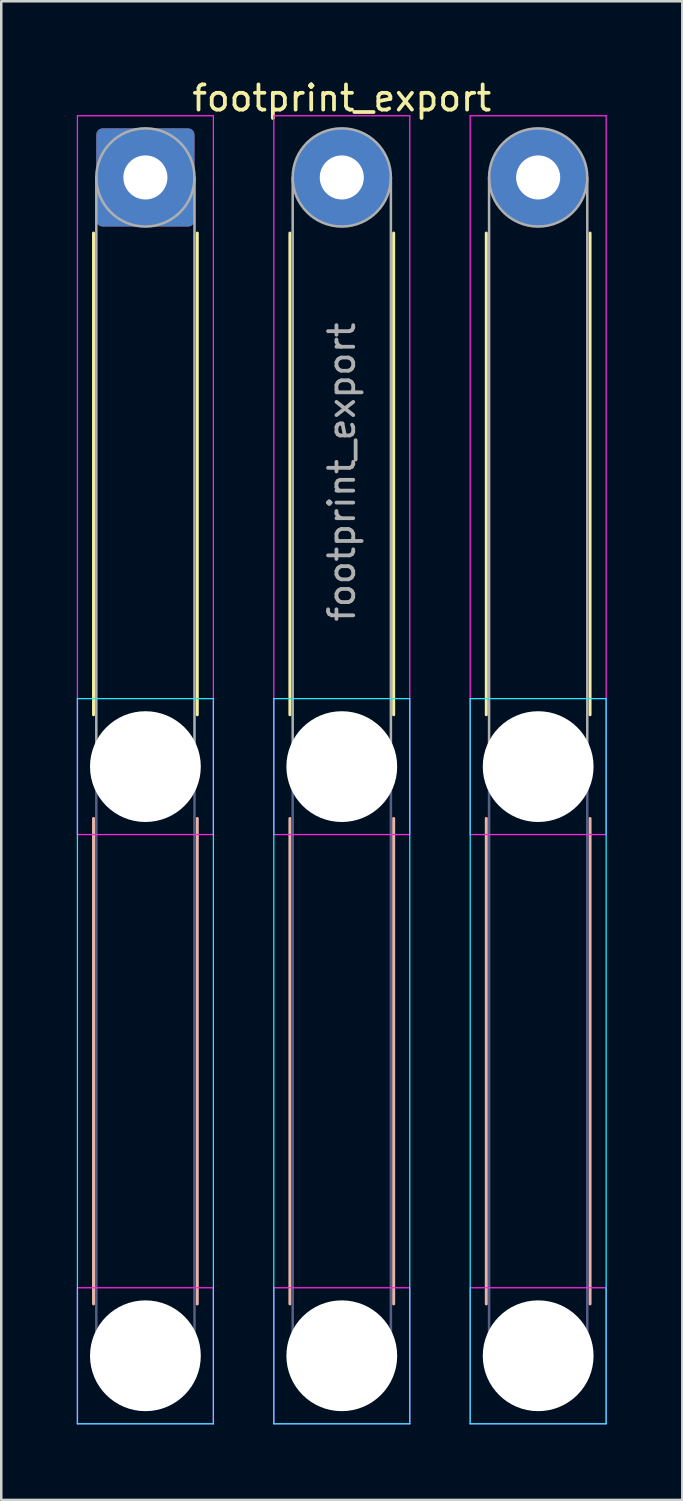
<source format=kicad_pcb>
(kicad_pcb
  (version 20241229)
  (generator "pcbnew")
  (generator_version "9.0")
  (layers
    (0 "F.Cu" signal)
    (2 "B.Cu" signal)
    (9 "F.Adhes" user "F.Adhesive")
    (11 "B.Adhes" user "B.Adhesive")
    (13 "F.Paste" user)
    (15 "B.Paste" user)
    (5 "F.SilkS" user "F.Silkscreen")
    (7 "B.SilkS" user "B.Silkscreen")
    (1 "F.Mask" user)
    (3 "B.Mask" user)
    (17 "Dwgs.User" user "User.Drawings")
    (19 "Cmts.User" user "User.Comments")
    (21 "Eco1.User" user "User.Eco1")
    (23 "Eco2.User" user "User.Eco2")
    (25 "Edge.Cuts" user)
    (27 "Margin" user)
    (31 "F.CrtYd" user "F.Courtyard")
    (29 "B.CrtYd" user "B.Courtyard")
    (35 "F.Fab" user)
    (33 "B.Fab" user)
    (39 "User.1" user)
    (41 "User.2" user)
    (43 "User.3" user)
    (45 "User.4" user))
  (footprint "footprint_export"
    (layer "F.Cu")
    (at 2.725 3.998)
    (property "Reference" "footprint_export" (at 7.8 -3.15 0) (layer "F.SilkS") (effects (font (size 1 1) (thickness 0.15))))
    (attr exclude_from_pos_files exclude_from_bom)
    (fp_line (start -2.06 2.21) (end -2.06 21.34) (stroke (width 0.12) (type solid)) (layer "F.SilkS"))
    (fp_line (start 2.06 2.21) (end 2.06 21.34) (stroke (width 0.12) (type solid)) (layer "F.SilkS"))
    (fp_line (start 5.74 2.21) (end 5.74 21.34) (stroke (width 0.12) (type solid)) (layer "F.SilkS"))
    (fp_line (start 9.86 2.21) (end 9.86 21.34) (stroke (width 0.12) (type solid)) (layer "F.SilkS"))
    (fp_line (start 13.54 2.21) (end 13.54 21.34) (stroke (width 0.12) (type solid)) (layer "F.SilkS"))
    (fp_line (start 17.66 2.21) (end 17.66 21.34) (stroke (width 0.12) (type solid)) (layer "F.SilkS"))
    (fp_line (start -2.06 25.46) (end -2.06 44.74) (stroke (width 0.12) (type solid)) (layer "B.SilkS"))
    (fp_line (start 2.06 25.46) (end 2.06 44.74) (stroke (width 0.12) (type solid)) (layer "B.SilkS"))
    (fp_line (start 5.74 25.46) (end 5.74 44.74) (stroke (width 0.12) (type solid)) (layer "B.SilkS"))
    (fp_line (start 9.86 25.46) (end 9.86 44.74) (stroke (width 0.12) (type solid)) (layer "B.SilkS"))
    (fp_line (start 13.54 25.46) (end 13.54 44.74) (stroke (width 0.12) (type solid)) (layer "B.SilkS"))
    (fp_line (start 17.66 25.46) (end 17.66 44.74) (stroke (width 0.12) (type solid)) (layer "B.SilkS"))
    (fp_line (start -2.7 20.7) (end -2.7 49.5) (stroke (width 0.05) (type solid)) (layer "B.CrtYd"))
    (fp_line (start -2.7 49.5) (end 2.7 49.5) (stroke (width 0.05) (type solid)) (layer "B.CrtYd"))
    (fp_line (start 2.7 20.7) (end -2.7 20.7) (stroke (width 0.05) (type solid)) (layer "B.CrtYd"))
    (fp_line (start 2.7 49.5) (end 2.7 20.7) (stroke (width 0.05) (type solid)) (layer "B.CrtYd"))
    (fp_line (start 5.1 20.7) (end 5.1 49.5) (stroke (width 0.05) (type solid)) (layer "B.CrtYd"))
    (fp_line (start 5.1 49.5) (end 10.5 49.5) (stroke (width 0.05) (type solid)) (layer "B.CrtYd"))
    (fp_line (start 10.5 20.7) (end 5.1 20.7) (stroke (width 0.05) (type solid)) (layer "B.CrtYd"))
    (fp_line (start 10.5 49.5) (end 10.5 20.7) (stroke (width 0.05) (type solid)) (layer "B.CrtYd"))
    (fp_line (start 12.9 20.7) (end 12.9 49.5) (stroke (width 0.05) (type solid)) (layer "B.CrtYd"))
    (fp_line (start 12.9 49.5) (end 18.3 49.5) (stroke (width 0.05) (type solid)) (layer "B.CrtYd"))
    (fp_line (start 18.3 20.7) (end 12.9 20.7) (stroke (width 0.05) (type solid)) (layer "B.CrtYd"))
    (fp_line (start 18.3 49.5) (end 18.3 20.7) (stroke (width 0.05) (type solid)) (layer "B.CrtYd"))
    (fp_line (start -2.7 -2.45) (end -2.7 26.1) (stroke (width 0.05) (type solid)) (layer "F.CrtYd"))
    (fp_line (start -2.7 26.1) (end 2.7 26.1) (stroke (width 0.05) (type solid)) (layer "F.CrtYd"))
    (fp_line (start -2.7 44.1) (end -2.7 49.5) (stroke (width 0.05) (type solid)) (layer "F.CrtYd"))
    (fp_line (start -2.7 49.5) (end 2.7 49.5) (stroke (width 0.05) (type solid)) (layer "F.CrtYd"))
    (fp_line (start 2.7 -2.45) (end -2.7 -2.45) (stroke (width 0.05) (type solid)) (layer "F.CrtYd"))
    (fp_line (start 2.7 26.1) (end 2.7 -2.45) (stroke (width 0.05) (type solid)) (layer "F.CrtYd"))
    (fp_line (start 2.7 44.1) (end -2.7 44.1) (stroke (width 0.05) (type solid)) (layer "F.CrtYd"))
    (fp_line (start 2.7 49.5) (end 2.7 44.1) (stroke (width 0.05) (type solid)) (layer "F.CrtYd"))
    (fp_line (start 5.1 -2.45) (end 5.1 26.1) (stroke (width 0.05) (type solid)) (layer "F.CrtYd"))
    (fp_line (start 5.1 26.1) (end 10.5 26.1) (stroke (width 0.05) (type solid)) (layer "F.CrtYd"))
    (fp_line (start 5.1 44.1) (end 5.1 49.5) (stroke (width 0.05) (type solid)) (layer "F.CrtYd"))
    (fp_line (start 5.1 49.5) (end 10.5 49.5) (stroke (width 0.05) (type solid)) (layer "F.CrtYd"))
    (fp_line (start 10.5 -2.45) (end 5.1 -2.45) (stroke (width 0.05) (type solid)) (layer "F.CrtYd"))
    (fp_line (start 10.5 26.1) (end 10.5 -2.45) (stroke (width 0.05) (type solid)) (layer "F.CrtYd"))
    (fp_line (start 10.5 44.1) (end 5.1 44.1) (stroke (width 0.05) (type solid)) (layer "F.CrtYd"))
    (fp_line (start 10.5 49.5) (end 10.5 44.1) (stroke (width 0.05) (type solid)) (layer "F.CrtYd"))
    (fp_line (start 12.9 -2.45) (end 12.9 26.1) (stroke (width 0.05) (type solid)) (layer "F.CrtYd"))
    (fp_line (start 12.9 26.1) (end 18.3 26.1) (stroke (width 0.05) (type solid)) (layer "F.CrtYd"))
    (fp_line (start 12.9 44.1) (end 12.9 49.5) (stroke (width 0.05) (type solid)) (layer "F.CrtYd"))
    (fp_line (start 12.9 49.5) (end 18.3 49.5) (stroke (width 0.05) (type solid)) (layer "F.CrtYd"))
    (fp_line (start 18.3 -2.45) (end 12.9 -2.45) (stroke (width 0.05) (type solid)) (layer "F.CrtYd"))
    (fp_line (start 18.3 26.1) (end 18.3 -2.45) (stroke (width 0.05) (type solid)) (layer "F.CrtYd"))
    (fp_line (start 18.3 44.1) (end 12.9 44.1) (stroke (width 0.05) (type solid)) (layer "F.CrtYd"))
    (fp_line (start 18.3 49.5) (end 18.3 44.1) (stroke (width 0.05) (type solid)) (layer "F.CrtYd"))
    (fp_line (start -1.95 23.4) (end -1.95 46.8) (stroke (width 0.1) (type solid)) (layer "B.Fab"))
    (fp_line (start 1.95 23.4) (end 1.95 46.8) (stroke (width 0.1) (type solid)) (layer "B.Fab"))
    (fp_line (start 5.85 23.4) (end 5.85 46.8) (stroke (width 0.1) (type solid)) (layer "B.Fab"))
    (fp_line (start 9.75 23.4) (end 9.75 46.8) (stroke (width 0.1) (type solid)) (layer "B.Fab"))
    (fp_line (start 13.65 23.4) (end 13.65 46.8) (stroke (width 0.1) (type solid)) (layer "B.Fab"))
    (fp_line (start 17.55 23.4) (end 17.55 46.8) (stroke (width 0.1) (type solid)) (layer "B.Fab"))
    (fp_circle (center 0 23.4) (end 1.95 23.4) (stroke (width 0.1) (type solid)) (fill no) (layer "B.Fab"))
    (fp_circle (center 0 46.8) (end 1.95 46.8) (stroke (width 0.1) (type solid)) (fill no) (layer "B.Fab"))
    (fp_circle (center 7.8 23.4) (end 9.75 23.4) (stroke (width 0.1) (type solid)) (fill no) (layer "B.Fab"))
    (fp_circle (center 7.8 46.8) (end 9.75 46.8) (stroke (width 0.1) (type solid)) (fill no) (layer "B.Fab"))
    (fp_circle (center 15.6 23.4) (end 17.55 23.4) (stroke (width 0.1) (type solid)) (fill no) (layer "B.Fab"))
    (fp_circle (center 15.6 46.8) (end 17.55 46.8) (stroke (width 0.1) (type solid)) (fill no) (layer "B.Fab"))
    (fp_line (start -1.95 0) (end -1.95 23.4) (stroke (width 0.1) (type solid)) (layer "F.Fab"))
    (fp_line (start 1.95 0) (end 1.95 23.4) (stroke (width 0.1) (type solid)) (layer "F.Fab"))
    (fp_line (start 5.85 0) (end 5.85 23.4) (stroke (width 0.1) (type solid)) (layer "F.Fab"))
    (fp_line (start 9.75 0) (end 9.75 23.4) (stroke (width 0.1) (type solid)) (layer "F.Fab"))
    (fp_line (start 13.65 0) (end 13.65 23.4) (stroke (width 0.1) (type solid)) (layer "F.Fab"))
    (fp_line (start 17.55 0) (end 17.55 23.4) (stroke (width 0.1) (type solid)) (layer "F.Fab"))
    (fp_circle (center 0 0) (end 1.95 0) (stroke (width 0.1) (type solid)) (fill no) (layer "F.Fab"))
    (fp_circle (center 0 23.4) (end 1.95 23.4) (stroke (width 0.1) (type solid)) (fill no) (layer "F.Fab"))
    (fp_circle (center 0 46.8) (end 1.95 46.8) (stroke (width 0.1) (type solid)) (fill no) (layer "F.Fab"))
    (fp_circle (center 7.8 0) (end 9.75 0) (stroke (width 0.1) (type solid)) (fill no) (layer "F.Fab"))
    (fp_circle (center 7.8 23.4) (end 9.75 23.4) (stroke (width 0.1) (type solid)) (fill no) (layer "F.Fab"))
    (fp_circle (center 7.8 46.8) (end 9.75 46.8) (stroke (width 0.1) (type solid)) (fill no) (layer "F.Fab"))
    (fp_circle (center 15.6 0) (end 17.55 0) (stroke (width 0.1) (type solid)) (fill no) (layer "F.Fab"))
    (fp_circle (center 15.6 23.4) (end 17.55 23.4) (stroke (width 0.1) (type solid)) (fill no) (layer "F.Fab"))
    (fp_circle (center 15.6 46.8) (end 17.55 46.8) (stroke (width 0.1) (type solid)) (fill no) (layer "F.Fab"))
    (fp_text user "${REFERENCE}" (at 7.8 11.7 90) (layer "F.Fab") (effects (font (size 1 1) (thickness 0.15))))
    (pad "" np_thru_hole circle (at 0 23.4) (size 4.4 4.4) (drill 4.4) (layers "*.Cu" "*.Mask"))
    (pad "" np_thru_hole circle (at 0 46.8) (size 4.4 4.4) (drill 4.4) (layers "*.Cu" "*.Mask"))
    (pad "" np_thru_hole circle (at 7.8 23.4) (size 4.4 4.4) (drill 4.4) (layers "*.Cu" "*.Mask"))
    (pad "" np_thru_hole circle (at 7.8 46.8) (size 4.4 4.4) (drill 4.4) (layers "*.Cu" "*.Mask"))
    (pad "" np_thru_hole circle (at 15.6 23.4) (size 4.4 4.4) (drill 4.4) (layers "*.Cu" "*.Mask"))
    (pad "" np_thru_hole circle (at 15.6 46.8) (size 4.4 4.4) (drill 4.4) (layers "*.Cu" "*.Mask"))
    (pad "1" thru_hole roundrect (at 0 0) (size 3.9 3.9) (drill 1.75) (layers "*.Cu" "*.Mask") (roundrect_rratio 0.064))
    (pad "2" thru_hole circle (at 7.8 0) (size 3.9 3.9) (drill 1.75) (layers "*.Cu" "*.Mask"))
    (pad "3" thru_hole circle (at 15.6 0) (size 3.9 3.9) (drill 1.75) (layers "*.Cu" "*.Mask")))
  (gr_rect
    (start -3 -3)
    (end 24.05 56.523)
    (stroke (width 0.1) (type default))
    (fill no)
    (layer "Edge.Cuts")))
</source>
